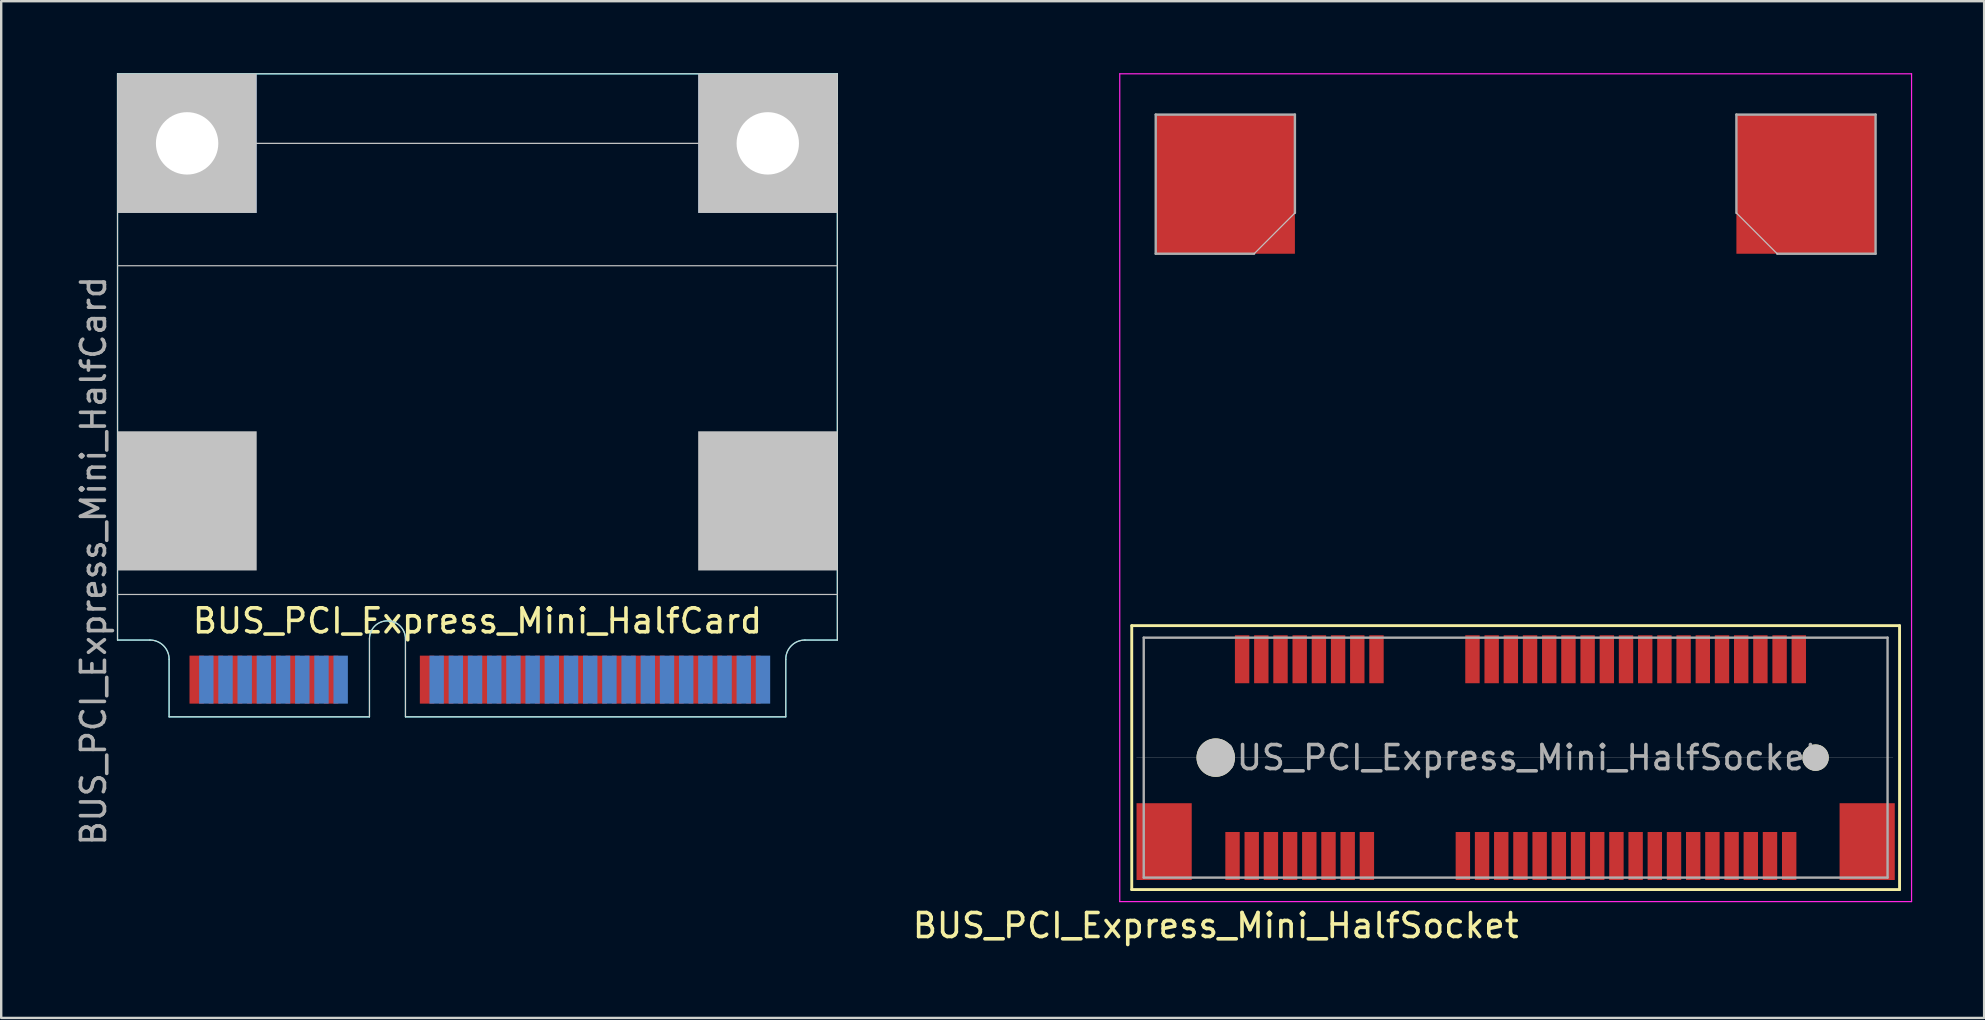
<source format=kicad_pcb>
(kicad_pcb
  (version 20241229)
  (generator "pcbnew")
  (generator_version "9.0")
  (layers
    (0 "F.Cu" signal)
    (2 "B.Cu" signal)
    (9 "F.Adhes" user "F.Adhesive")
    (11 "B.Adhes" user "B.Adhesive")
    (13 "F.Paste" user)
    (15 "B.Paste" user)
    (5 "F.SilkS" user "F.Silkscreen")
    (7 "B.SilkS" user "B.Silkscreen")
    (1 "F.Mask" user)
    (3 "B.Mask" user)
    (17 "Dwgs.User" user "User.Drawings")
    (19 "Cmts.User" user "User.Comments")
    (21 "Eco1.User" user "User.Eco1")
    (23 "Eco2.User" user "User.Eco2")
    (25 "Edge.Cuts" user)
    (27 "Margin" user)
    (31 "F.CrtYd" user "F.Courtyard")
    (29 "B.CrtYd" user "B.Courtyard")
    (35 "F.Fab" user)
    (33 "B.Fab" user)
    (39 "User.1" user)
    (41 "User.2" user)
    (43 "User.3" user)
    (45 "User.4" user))
  (footprint "BUS_PCI_Express_Mini_HalfSocket"
    (layer "F.Cu")
    (at 60.117 28.525)
    (property "Reference" "BUS_PCI_Express_Mini_HalfSocket" (at -12.5 7 180) (layer "F.SilkS") (effects (font (size 1 1) (thickness 0.15))))
    (attr smd)
    (fp_line (start -16 -5.5) (end -16 5.5) (stroke (width 0.12) (type solid)) (layer "F.SilkS"))
    (fp_line (start -16 5.5) (end 16 5.5) (stroke (width 0.12) (type solid)) (layer "F.SilkS"))
    (fp_line (start 16 -5.5) (end -16 -5.5) (stroke (width 0.12) (type solid)) (layer "F.SilkS"))
    (fp_line (start 16 5.5) (end 16 -5.5) (stroke (width 0.12) (type solid)) (layer "F.SilkS"))
    (fp_line (start -15.8 0) (end 15.725 0) (stroke (width 0.01) (type solid)) (layer "Dwgs.User"))
    (fp_line (start -9.2 -22.7) (end -10.9 -21) (stroke (width 0.05) (type solid)) (layer "Dwgs.User"))
    (fp_line (start 9.2 -22.7) (end 10.9 -21) (stroke (width 0.05) (type solid)) (layer "Dwgs.User"))
    (fp_line (start -16.5 -28.5) (end 16.5 -28.5) (stroke (width 0.05) (type solid)) (layer "F.CrtYd"))
    (fp_line (start -16.5 6) (end -16.5 -28.5) (stroke (width 0.05) (type solid)) (layer "F.CrtYd"))
    (fp_line (start 16.5 -28.5) (end 16.5 6) (stroke (width 0.05) (type solid)) (layer "F.CrtYd"))
    (fp_line (start 16.5 6) (end -16.5 6) (stroke (width 0.05) (type solid)) (layer "F.CrtYd"))
    (fp_line (start -15.5 -5) (end -15.5 5) (stroke (width 0.1) (type solid)) (layer "F.Fab"))
    (fp_line (start -15.5 5) (end 15.5 5) (stroke (width 0.1) (type solid)) (layer "F.Fab"))
    (fp_line (start -15 -26.8) (end -15 -21) (stroke (width 0.1) (type solid)) (layer "F.Fab"))
    (fp_line (start -15 -21) (end -10.9 -21) (stroke (width 0.1) (type solid)) (layer "F.Fab"))
    (fp_line (start -9.2 -26.8) (end -15 -26.8) (stroke (width 0.1) (type solid)) (layer "F.Fab"))
    (fp_line (start -9.2 -22.7) (end -9.2 -26.8) (stroke (width 0.1) (type solid)) (layer "F.Fab"))
    (fp_line (start 9.2 -26.8) (end 15 -26.8) (stroke (width 0.1) (type solid)) (layer "F.Fab"))
    (fp_line (start 9.2 -22.7) (end 9.2 -26.8) (stroke (width 0.1) (type solid)) (layer "F.Fab"))
    (fp_line (start 15 -26.8) (end 15 -21) (stroke (width 0.1) (type solid)) (layer "F.Fab"))
    (fp_line (start 15 -21) (end 10.9 -21) (stroke (width 0.1) (type solid)) (layer "F.Fab"))
    (fp_line (start 15.5 -5) (end -15.5 -5) (stroke (width 0.1) (type solid)) (layer "F.Fab"))
    (fp_line (start 15.5 5) (end 15.5 -5) (stroke (width 0.1) (type solid)) (layer "F.Fab"))
    (fp_text user "${REFERENCE}" (at 0 0 0) (layer "F.Fab") (effects (font (size 1 1) (thickness 0.15))))
    (pad "" smd rect (at -14.65 3.5) (size 2.3 3.2) (layers "F.Cu" "F.Mask" "F.Paste"))
    (pad "" connect circle (at -12.5 0) (size 1.6 1.6) (layers "F.SilkS" "Dwgs.User"))
    (pad "" connect rect (at -12.1 -23.9) (size 5.8 5.8) (layers "F.Cu"))
    (pad "" connect rect (at 12.1 -23.9) (size 5.8 5.8) (layers "F.Cu"))
    (pad "" connect circle (at 12.5 0) (size 1.1 1.1) (layers "F.SilkS" "Dwgs.User"))
    (pad "" smd rect (at 14.65 3.5) (size 2.3 3.2) (layers "F.Cu" "F.Mask" "F.Paste"))
    (pad "1" smd rect (at -11.8 4.1) (size 0.6 2) (layers "F.Cu" "F.Mask" "F.Paste"))
    (pad "2" smd rect (at -11.4 -4.1) (size 0.6 2) (layers "F.Cu" "F.Mask" "F.Paste"))
    (pad "3" smd rect (at -11 4.1) (size 0.6 2) (layers "F.Cu" "F.Mask" "F.Paste"))
    (pad "4" smd rect (at -10.6 -4.1) (size 0.6 2) (layers "F.Cu" "F.Mask" "F.Paste"))
    (pad "5" smd rect (at -10.2 4.1) (size 0.6 2) (layers "F.Cu" "F.Mask" "F.Paste"))
    (pad "6" smd rect (at -9.8 -4.1) (size 0.6 2) (layers "F.Cu" "F.Mask" "F.Paste"))
    (pad "7" smd rect (at -9.4 4.1) (size 0.6 2) (layers "F.Cu" "F.Mask" "F.Paste"))
    (pad "8" smd rect (at -9 -4.1) (size 0.6 2) (layers "F.Cu" "F.Mask" "F.Paste"))
    (pad "9" smd rect (at -8.6 4.1) (size 0.6 2) (layers "F.Cu" "F.Mask" "F.Paste"))
    (pad "10" smd rect (at -8.2 -4.1) (size 0.6 2) (layers "F.Cu" "F.Mask" "F.Paste"))
    (pad "11" smd rect (at -7.8 4.1) (size 0.6 2) (layers "F.Cu" "F.Mask" "F.Paste"))
    (pad "12" smd rect (at -7.4 -4.1) (size 0.6 2) (layers "F.Cu" "F.Mask" "F.Paste"))
    (pad "13" smd rect (at -7 4.1) (size 0.6 2) (layers "F.Cu" "F.Mask" "F.Paste"))
    (pad "14" smd rect (at -6.6 -4.1) (size 0.6 2) (layers "F.Cu" "F.Mask" "F.Paste"))
    (pad "15" smd rect (at -6.2 4.1) (size 0.6 2) (layers "F.Cu" "F.Mask" "F.Paste"))
    (pad "16" smd rect (at -5.8 -4.1) (size 0.6 2) (layers "F.Cu" "F.Mask" "F.Paste"))
    (pad "17" smd rect (at -2.2 4.1) (size 0.6 2) (layers "F.Cu" "F.Mask" "F.Paste"))
    (pad "18" smd rect (at -1.8 -4.1) (size 0.6 2) (layers "F.Cu" "F.Mask" "F.Paste"))
    (pad "19" smd rect (at -1.4 4.1) (size 0.6 2) (layers "F.Cu" "F.Mask" "F.Paste"))
    (pad "20" smd rect (at -1 -4.1) (size 0.6 2) (layers "F.Cu" "F.Mask" "F.Paste"))
    (pad "21" smd rect (at -0.6 4.1) (size 0.6 2) (layers "F.Cu" "F.Mask" "F.Paste"))
    (pad "22" smd rect (at -0.2 -4.1) (size 0.6 2) (layers "F.Cu" "F.Mask" "F.Paste"))
    (pad "23" smd rect (at 0.2 4.1) (size 0.6 2) (layers "F.Cu" "F.Mask" "F.Paste"))
    (pad "24" smd rect (at 0.6 -4.1) (size 0.6 2) (layers "F.Cu" "F.Mask" "F.Paste"))
    (pad "25" smd rect (at 1 4.1) (size 0.6 2) (layers "F.Cu" "F.Mask" "F.Paste"))
    (pad "26" smd rect (at 1.4 -4.1) (size 0.6 2) (layers "F.Cu" "F.Mask" "F.Paste"))
    (pad "27" smd rect (at 1.8 4.1) (size 0.6 2) (layers "F.Cu" "F.Mask" "F.Paste"))
    (pad "28" smd rect (at 2.2 -4.1) (size 0.6 2) (layers "F.Cu" "F.Mask" "F.Paste"))
    (pad "29" smd rect (at 2.6 4.1) (size 0.6 2) (layers "F.Cu" "F.Mask" "F.Paste"))
    (pad "30" smd rect (at 3 -4.1) (size 0.6 2) (layers "F.Cu" "F.Mask" "F.Paste"))
    (pad "31" smd rect (at 3.4 4.1) (size 0.6 2) (layers "F.Cu" "F.Mask" "F.Paste"))
    (pad "32" smd rect (at 3.8 -4.1) (size 0.6 2) (layers "F.Cu" "F.Mask" "F.Paste"))
    (pad "33" smd rect (at 4.2 4.1) (size 0.6 2) (layers "F.Cu" "F.Mask" "F.Paste"))
    (pad "34" smd rect (at 4.6 -4.1) (size 0.6 2) (layers "F.Cu" "F.Mask" "F.Paste"))
    (pad "35" smd rect (at 5 4.1) (size 0.6 2) (layers "F.Cu" "F.Mask" "F.Paste"))
    (pad "36" smd rect (at 5.4 -4.1) (size 0.6 2) (layers "F.Cu" "F.Mask" "F.Paste"))
    (pad "37" smd rect (at 5.8 4.1) (size 0.6 2) (layers "F.Cu" "F.Mask" "F.Paste"))
    (pad "38" smd rect (at 6.2 -4.1) (size 0.6 2) (layers "F.Cu" "F.Mask" "F.Paste"))
    (pad "39" smd rect (at 6.6 4.1) (size 0.6 2) (layers "F.Cu" "F.Mask" "F.Paste"))
    (pad "40" smd rect (at 7 -4.1) (size 0.6 2) (layers "F.Cu" "F.Mask" "F.Paste"))
    (pad "41" smd rect (at 7.4 4.1) (size 0.6 2) (layers "F.Cu" "F.Mask" "F.Paste"))
    (pad "42" smd rect (at 7.8 -4.1) (size 0.6 2) (layers "F.Cu" "F.Mask" "F.Paste"))
    (pad "43" smd rect (at 8.2 4.1) (size 0.6 2) (layers "F.Cu" "F.Mask" "F.Paste"))
    (pad "44" smd rect (at 8.6 -4.1) (size 0.6 2) (layers "F.Cu" "F.Mask" "F.Paste"))
    (pad "45" smd rect (at 9 4.1) (size 0.6 2) (layers "F.Cu" "F.Mask" "F.Paste"))
    (pad "46" smd rect (at 9.4 -4.1) (size 0.6 2) (layers "F.Cu" "F.Mask" "F.Paste"))
    (pad "47" smd rect (at 9.8 4.1) (size 0.6 2) (layers "F.Cu" "F.Mask" "F.Paste"))
    (pad "48" smd rect (at 10.2 -4.1) (size 0.6 2) (layers "F.Cu" "F.Mask" "F.Paste"))
    (pad "49" smd rect (at 10.6 4.1) (size 0.6 2) (layers "F.Cu" "F.Mask" "F.Paste"))
    (pad "50" smd rect (at 11 -4.1) (size 0.6 2) (layers "F.Cu" "F.Mask" "F.Paste"))
    (pad "51" smd rect (at 11.4 4.1) (size 0.6 2) (layers "F.Cu" "F.Mask" "F.Paste"))
    (pad "52" smd rect (at 11.8 -4.1) (size 0.6 2) (layers "F.Cu" "F.Mask" "F.Paste")))
  (footprint "BUS_PCI_Express_Mini_HalfCard"
    (layer "F.Cu")
    (at 16.848 11.575)
    (property "Reference" "BUS_PCI_Express_Mini_HalfCard" (at 0 11.25 180) (layer "F.SilkS") (effects (font (size 1 1) (thickness 0.15))))
    (attr exclude_from_pos_files exclude_from_bom)
    (fp_line (start -15 10.15) (end 15 10.15) (stroke (width 0.05) (type solid)) (layer "Dwgs.User"))
    (fp_line (start 15 -8.65) (end -15 -8.65) (stroke (width 0.05) (type solid)) (layer "Dwgs.User"))
    (fp_line (start 15 -3.55) (end -15 -3.55) (stroke (width 0.05) (type solid)) (layer "Dwgs.User"))
    (fp_line (start -15 -11.55) (end -15 12.05) (stroke (width 0.05) (type solid)) (layer "Edge.Cuts"))
    (fp_line (start -13.65 12.05) (end -15 12.05) (stroke (width 0.05) (type solid)) (layer "Edge.Cuts"))
    (fp_line (start -12.85 15.25) (end -12.85 12.85) (stroke (width 0.05) (type solid)) (layer "Edge.Cuts"))
    (fp_line (start -4.5 15.25) (end -12.85 15.25) (stroke (width 0.05) (type solid)) (layer "Edge.Cuts"))
    (fp_line (start -4.5 15.25) (end -4.5 12) (stroke (width 0.05) (type solid)) (layer "Edge.Cuts"))
    (fp_line (start -3 15.25) (end -3 12) (stroke (width 0.05) (type solid)) (layer "Edge.Cuts"))
    (fp_line (start -3 15.25) (end 12.85 15.25) (stroke (width 0.05) (type solid)) (layer "Edge.Cuts"))
    (fp_line (start 12.85 15.25) (end 12.85 12.85) (stroke (width 0.05) (type solid)) (layer "Edge.Cuts"))
    (fp_line (start 15 -11.55) (end -15 -11.55) (stroke (width 0.05) (type solid)) (layer "Edge.Cuts"))
    (fp_line (start 15 12.05) (end 13.65 12.05) (stroke (width 0.05) (type solid)) (layer "Edge.Cuts"))
    (fp_line (start 15 12.05) (end 15 -11.55) (stroke (width 0.05) (type solid)) (layer "Edge.Cuts"))
    (fp_arc (start -13.65 12.05) (mid -13.084315 12.284315) (end -12.85 12.85) (stroke (width 0.05) (type solid)) (layer "Edge.Cuts"))
    (fp_arc (start -4.5 12) (mid -3.75 11.25) (end -3 12) (stroke (width 0.05) (type solid)) (layer "Edge.Cuts"))
    (fp_arc (start 12.85 12.85) (mid 13.084315 12.284315) (end 13.65 12.05) (stroke (width 0.05) (type solid)) (layer "Edge.Cuts"))
    (fp_line (start -15 -11.55) (end -15 12.05) (stroke (width 0.05) (type solid)) (layer "B.CrtYd"))
    (fp_line (start -13.65 12.05) (end -15 12.05) (stroke (width 0.05) (type solid)) (layer "B.CrtYd"))
    (fp_line (start -12.85 15.25) (end -12.85 12.85) (stroke (width 0.05) (type solid)) (layer "B.CrtYd"))
    (fp_line (start -4.5 15.25) (end -12.85 15.25) (stroke (width 0.05) (type solid)) (layer "B.CrtYd"))
    (fp_line (start -4.5 15.25) (end -4.5 12) (stroke (width 0.05) (type solid)) (layer "B.CrtYd"))
    (fp_line (start -3 15.25) (end -3 12) (stroke (width 0.05) (type solid)) (layer "B.CrtYd"))
    (fp_line (start -3 15.25) (end 12.85 15.25) (stroke (width 0.05) (type solid)) (layer "B.CrtYd"))
    (fp_line (start 12.85 15.25) (end 12.85 12.85) (stroke (width 0.05) (type solid)) (layer "B.CrtYd"))
    (fp_line (start 15 -11.55) (end -15 -11.55) (stroke (width 0.05) (type solid)) (layer "B.CrtYd"))
    (fp_line (start 15 12.05) (end 13.65 12.05) (stroke (width 0.05) (type solid)) (layer "B.CrtYd"))
    (fp_line (start 15 12.05) (end 15 -11.55) (stroke (width 0.05) (type solid)) (layer "B.CrtYd"))
    (fp_arc (start -13.65 12.05) (mid -13.084315 12.284315) (end -12.85 12.85) (stroke (width 0.05) (type solid)) (layer "B.CrtYd"))
    (fp_arc (start -4.5 12) (mid -3.75 11.25) (end -3 12) (stroke (width 0.05) (type solid)) (layer "B.CrtYd"))
    (fp_arc (start 12.85 12.85) (mid 13.084315 12.284315) (end 13.65 12.05) (stroke (width 0.05) (type solid)) (layer "B.CrtYd"))
    (fp_text user "${REFERENCE}" (at -16 8.75 90) (layer "F.Fab") (effects (font (size 1 1) (thickness 0.15))))
    (pad "" np_thru_hole circle (at -12.1 -8.65) (size 2.6 2.6) (drill 2.6) (layers "*.Cu"))
    (pad "" connect rect (at -12.1 -8.65) (size 5.8 5.8) (layers "B.Cu" "B.Mask" "Dwgs.User"))
    (pad "" connect rect (at -12.1 6.25) (size 5.8 5.8) (layers "Dwgs.User"))
    (pad "" np_thru_hole circle (at 12.1 -8.65) (size 2.6 2.6) (drill 2.6) (layers "*.Cu"))
    (pad "" connect rect (at 12.1 -8.65) (size 5.8 5.8) (layers "B.Cu" "B.Mask" "Dwgs.User"))
    (pad "" connect rect (at 12.1 6.25) (size 5.8 5.8) (layers "Dwgs.User"))
    (pad "1" connect rect (at -11.7 13.7) (size 0.6 2) (layers "F.Cu" "F.Mask"))
    (pad "2" connect rect (at -11.3 13.7) (size 0.6 2) (layers "B.Cu" "B.Mask"))
    (pad "3" connect rect (at -10.9 13.7) (size 0.6 2) (layers "F.Cu" "F.Mask"))
    (pad "4" connect rect (at -10.5 13.7) (size 0.6 2) (layers "B.Cu" "B.Mask"))
    (pad "5" connect rect (at -10.1 13.7) (size 0.6 2) (layers "F.Cu" "F.Mask"))
    (pad "6" connect rect (at -9.7 13.7) (size 0.6 2) (layers "B.Cu" "B.Mask"))
    (pad "7" connect rect (at -9.3 13.7) (size 0.6 2) (layers "F.Cu" "F.Mask"))
    (pad "8" connect rect (at -8.9 13.7) (size 0.6 2) (layers "B.Cu" "B.Mask"))
    (pad "9" connect rect (at -8.5 13.7) (size 0.6 2) (layers "F.Cu" "F.Mask"))
    (pad "10" connect rect (at -8.1 13.7) (size 0.6 2) (layers "B.Cu" "B.Mask"))
    (pad "11" connect rect (at -7.7 13.7) (size 0.6 2) (layers "F.Cu" "F.Mask"))
    (pad "12" connect rect (at -7.3 13.7) (size 0.6 2) (layers "B.Cu" "B.Mask"))
    (pad "13" connect rect (at -6.9 13.7) (size 0.6 2) (layers "F.Cu" "F.Mask"))
    (pad "14" connect rect (at -6.5 13.7) (size 0.6 2) (layers "B.Cu" "B.Mask"))
    (pad "15" connect rect (at -6.1 13.7) (size 0.6 2) (layers "F.Cu" "F.Mask"))
    (pad "16" connect rect (at -5.7 13.7) (size 0.6 2) (layers "B.Cu" "B.Mask"))
    (pad "17" connect rect (at -2.1 13.7) (size 0.6 2) (layers "F.Cu" "F.Mask"))
    (pad "18" connect rect (at -1.7 13.7) (size 0.6 2) (layers "B.Cu" "B.Mask"))
    (pad "19" connect rect (at -1.3 13.7) (size 0.6 2) (layers "F.Cu" "F.Mask"))
    (pad "20" connect rect (at -0.9 13.7) (size 0.6 2) (layers "B.Cu" "B.Mask"))
    (pad "21" connect rect (at -0.5 13.7) (size 0.6 2) (layers "F.Cu" "F.Mask"))
    (pad "22" connect rect (at -0.1 13.7) (size 0.6 2) (layers "B.Cu" "B.Mask"))
    (pad "23" connect rect (at 0.3 13.7) (size 0.6 2) (layers "F.Cu" "F.Mask"))
    (pad "24" connect rect (at 0.7 13.7) (size 0.6 2) (layers "B.Cu" "B.Mask"))
    (pad "25" connect rect (at 1.1 13.7) (size 0.6 2) (layers "F.Cu" "F.Mask"))
    (pad "26" connect rect (at 1.5 13.7) (size 0.6 2) (layers "B.Cu" "B.Mask"))
    (pad "27" connect rect (at 1.9 13.7) (size 0.6 2) (layers "F.Cu" "F.Mask"))
    (pad "28" connect rect (at 2.3 13.7) (size 0.6 2) (layers "B.Cu" "B.Mask"))
    (pad "29" connect rect (at 2.7 13.7) (size 0.6 2) (layers "F.Cu" "F.Mask"))
    (pad "30" connect rect (at 3.1 13.7) (size 0.6 2) (layers "B.Cu" "B.Mask"))
    (pad "31" connect rect (at 3.5 13.7) (size 0.6 2) (layers "F.Cu" "F.Mask"))
    (pad "32" connect rect (at 3.9 13.7) (size 0.6 2) (layers "B.Cu" "B.Mask"))
    (pad "33" connect rect (at 4.3 13.7) (size 0.6 2) (layers "F.Cu" "F.Mask"))
    (pad "34" connect rect (at 4.7 13.7) (size 0.6 2) (layers "B.Cu" "B.Mask"))
    (pad "35" connect rect (at 5.1 13.7) (size 0.6 2) (layers "F.Cu" "F.Mask"))
    (pad "36" connect rect (at 5.5 13.7) (size 0.6 2) (layers "B.Cu" "B.Mask"))
    (pad "37" connect rect (at 5.9 13.7) (size 0.6 2) (layers "F.Cu" "F.Mask"))
    (pad "38" connect rect (at 6.3 13.7) (size 0.6 2) (layers "B.Cu" "B.Mask"))
    (pad "39" connect rect (at 6.7 13.7) (size 0.6 2) (layers "F.Cu" "F.Mask"))
    (pad "40" connect rect (at 7.1 13.7) (size 0.6 2) (layers "B.Cu" "B.Mask"))
    (pad "41" connect rect (at 7.5 13.7) (size 0.6 2) (layers "F.Cu" "F.Mask"))
    (pad "42" connect rect (at 7.9 13.7) (size 0.6 2) (layers "B.Cu" "B.Mask"))
    (pad "43" connect rect (at 8.3 13.7) (size 0.6 2) (layers "F.Cu" "F.Mask"))
    (pad "44" connect rect (at 8.7 13.7) (size 0.6 2) (layers "B.Cu" "B.Mask"))
    (pad "45" connect rect (at 9.1 13.7) (size 0.6 2) (layers "F.Cu" "F.Mask"))
    (pad "46" connect rect (at 9.5 13.7) (size 0.6 2) (layers "B.Cu" "B.Mask"))
    (pad "47" connect rect (at 9.9 13.7) (size 0.6 2) (layers "F.Cu" "F.Mask"))
    (pad "48" connect rect (at 10.3 13.7) (size 0.6 2) (layers "B.Cu" "B.Mask"))
    (pad "49" connect rect (at 10.7 13.7) (size 0.6 2) (layers "F.Cu" "F.Mask"))
    (pad "50" connect rect (at 11.1 13.7) (size 0.6 2) (layers "B.Cu" "B.Mask"))
    (pad "51" connect rect (at 11.5 13.7) (size 0.6 2) (layers "F.Cu" "F.Mask"))
    (pad "52" connect rect (at 11.9 13.7) (size 0.6 2) (layers "B.Cu" "B.Mask")))
  (gr_rect
    (start -3 -3)
    (end 79.642 39.373)
    (stroke (width 0.1) (type default))
    (fill no)
    (layer "Edge.Cuts")))
</source>
